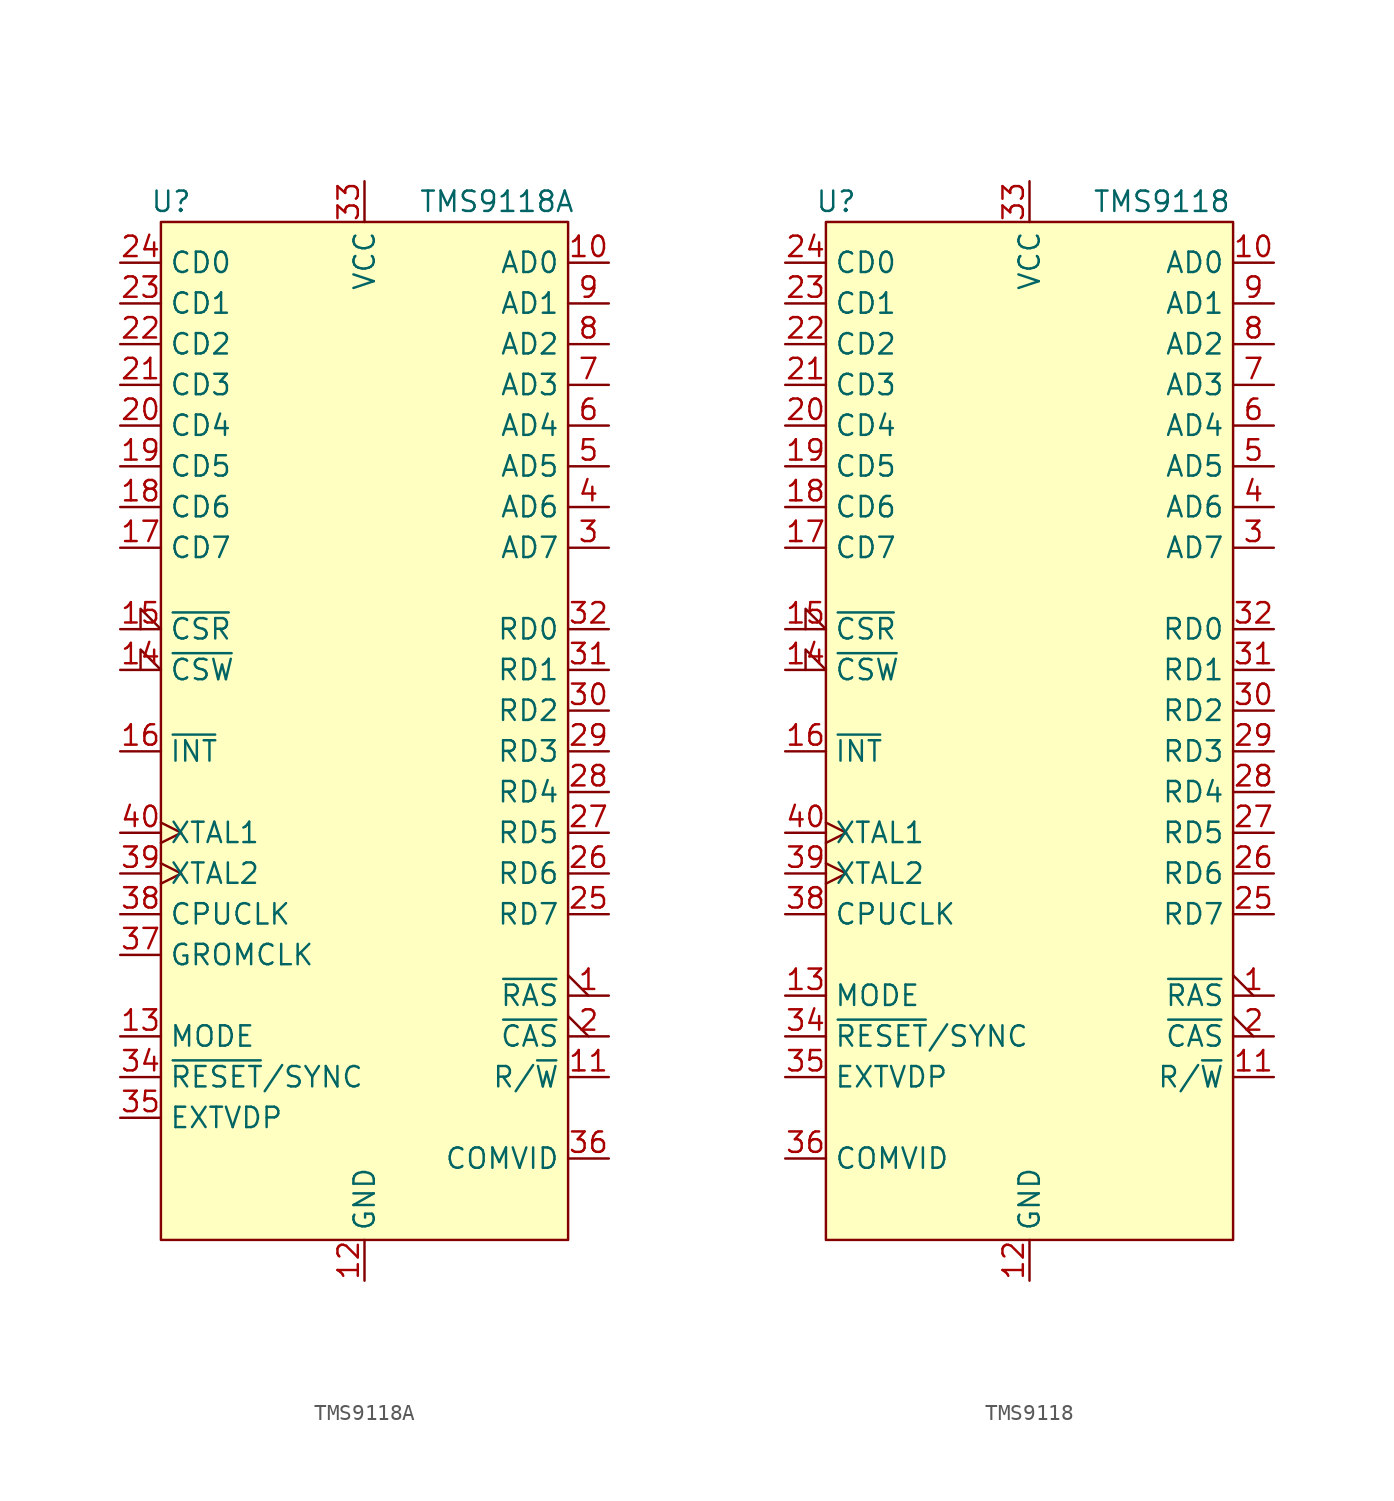
<source format=kicad_sym>
(kicad_symbol_lib
  (version 20231120)
  (generator "kicad_symbol_editor")
  (generator_version "8.0")
  (symbol "TMS9118A"
    (property "Reference" "U"
      (at -12.065 20.32 0)
      (effects (font (size 1.27 1.27))))
    (property "Value" "TMS9118A"
      (at 8.255 20.32 0)
      (effects (font (size 1.27 1.27))))
    (symbol "TMS9118A_0_1"
      (rectangle (start -12.7 19.05) (end 12.7 -44.45) (stroke (width 0) (type default)) (fill (type background))))
    (symbol "TMS9118A_1_1"
      (pin output output_low (at 15.24 -29.21 180) (length 2.54) (name "~{RAS}" (effects (font (size 1.27 1.27)))) (number "1" (effects (font (size 1.27 1.27)))))
      (pin output line (at 15.24 16.51 180) (length 2.54) (name "AD0" (effects (font (size 1.27 1.27)))) (number "10" (effects (font (size 1.27 1.27)))))
      (pin input line (at 15.24 -34.29 180) (length 2.54) (name "R/~{W}" (effects (font (size 1.27 1.27)))) (number "11" (effects (font (size 1.27 1.27)))))
      (pin power_in line (at 0 -46.99 90) (length 2.54) (name "GND" (effects (font (size 1.27 1.27)))) (number "12" (effects (font (size 1.27 1.27)))))
      (pin input line (at -15.24 -31.75 0) (length 2.54) (name "MODE" (effects (font (size 1.27 1.27)))) (number "13" (effects (font (size 1.27 1.27)))))
      (pin input input_low (at -15.24 -8.89 0) (length 2.54) (name "~{CSW}" (effects (font (size 1.27 1.27)))) (number "14" (effects (font (size 1.27 1.27)))))
      (pin input input_low (at -15.24 -6.35 0) (length 2.54) (name "~{CSR}" (effects (font (size 1.27 1.27)))) (number "15" (effects (font (size 1.27 1.27)))))
      (pin input line (at -15.24 -13.97 0) (length 2.54) (name "~{INT}" (effects (font (size 1.27 1.27)))) (number "16" (effects (font (size 1.27 1.27)))))
      (pin bidirectional line (at -15.24 -1.27 0) (length 2.54) (name "CD7" (effects (font (size 1.27 1.27)))) (number "17" (effects (font (size 1.27 1.27)))))
      (pin bidirectional line (at -15.24 1.27 0) (length 2.54) (name "CD6" (effects (font (size 1.27 1.27)))) (number "18" (effects (font (size 1.27 1.27)))))
      (pin bidirectional line (at -15.24 3.81 0) (length 2.54) (name "CD5" (effects (font (size 1.27 1.27)))) (number "19" (effects (font (size 1.27 1.27)))))
      (pin output output_low (at 15.24 -31.75 180) (length 2.54) (name "~{CAS}" (effects (font (size 1.27 1.27)))) (number "2" (effects (font (size 1.27 1.27)))))
      (pin bidirectional line (at -15.24 6.35 0) (length 2.54) (name "CD4" (effects (font (size 1.27 1.27)))) (number "20" (effects (font (size 1.27 1.27)))))
      (pin bidirectional line (at -15.24 8.89 0) (length 2.54) (name "CD3" (effects (font (size 1.27 1.27)))) (number "21" (effects (font (size 1.27 1.27)))))
      (pin bidirectional line (at -15.24 11.43 0) (length 2.54) (name "CD2" (effects (font (size 1.27 1.27)))) (number "22" (effects (font (size 1.27 1.27)))))
      (pin bidirectional line (at -15.24 13.97 0) (length 2.54) (name "CD1" (effects (font (size 1.27 1.27)))) (number "23" (effects (font (size 1.27 1.27)))))
      (pin bidirectional line (at -15.24 16.51 0) (length 2.54) (name "CD0" (effects (font (size 1.27 1.27)))) (number "24" (effects (font (size 1.27 1.27)))))
      (pin bidirectional line (at 15.24 -24.13 180) (length 2.54) (name "RD7" (effects (font (size 1.27 1.27)))) (number "25" (effects (font (size 1.27 1.27)))))
      (pin bidirectional line (at 15.24 -21.59 180) (length 2.54) (name "RD6" (effects (font (size 1.27 1.27)))) (number "26" (effects (font (size 1.27 1.27)))))
      (pin bidirectional line (at 15.24 -19.05 180) (length 2.54) (name "RD5" (effects (font (size 1.27 1.27)))) (number "27" (effects (font (size 1.27 1.27)))))
      (pin bidirectional line (at 15.24 -16.51 180) (length 2.54) (name "RD4" (effects (font (size 1.27 1.27)))) (number "28" (effects (font (size 1.27 1.27)))))
      (pin bidirectional line (at 15.24 -13.97 180) (length 2.54) (name "RD3" (effects (font (size 1.27 1.27)))) (number "29" (effects (font (size 1.27 1.27)))))
      (pin output line (at 15.24 -1.27 180) (length 2.54) (name "AD7" (effects (font (size 1.27 1.27)))) (number "3" (effects (font (size 1.27 1.27)))))
      (pin bidirectional line (at 15.24 -11.43 180) (length 2.54) (name "RD2" (effects (font (size 1.27 1.27)))) (number "30" (effects (font (size 1.27 1.27)))))
      (pin bidirectional line (at 15.24 -8.89 180) (length 2.54) (name "RD1" (effects (font (size 1.27 1.27)))) (number "31" (effects (font (size 1.27 1.27)))))
      (pin bidirectional line (at 15.24 -6.35 180) (length 2.54) (name "RD0" (effects (font (size 1.27 1.27)))) (number "32" (effects (font (size 1.27 1.27)))))
      (pin power_in line (at 0 21.59 270) (length 2.54) (name "VCC" (effects (font (size 1.27 1.27)))) (number "33" (effects (font (size 1.27 1.27)))))
      (pin input line (at -15.24 -34.29 0) (length 2.54) (name "~{RESET}/SYNC" (effects (font (size 1.27 1.27)))) (number "34" (effects (font (size 1.27 1.27)))))
      (pin output line (at -15.24 -36.83 0) (length 2.54) (name "EXTVDP" (effects (font (size 1.27 1.27)))) (number "35" (effects (font (size 1.27 1.27)))))
      (pin output line (at 15.24 -39.37 180) (length 2.54) (name "COMVID" (effects (font (size 1.27 1.27)))) (number "36" (effects (font (size 1.27 1.27)))))
      (pin output line (at -15.24 -26.67 0) (length 2.54) (name "GROMCLK" (effects (font (size 1.27 1.27)))) (number "37" (effects (font (size 1.27 1.27)))))
      (pin output line (at -15.24 -24.13 0) (length 2.54) (name "CPUCLK" (effects (font (size 1.27 1.27)))) (number "38" (effects (font (size 1.27 1.27)))))
      (pin input clock (at -15.24 -21.59 0) (length 2.54) (name "XTAL2" (effects (font (size 1.27 1.27)))) (number "39" (effects (font (size 1.27 1.27)))))
      (pin output line (at 15.24 1.27 180) (length 2.54) (name "AD6" (effects (font (size 1.27 1.27)))) (number "4" (effects (font (size 1.27 1.27)))))
      (pin input clock (at -15.24 -19.05 0) (length 2.54) (name "XTAL1" (effects (font (size 1.27 1.27)))) (number "40" (effects (font (size 1.27 1.27)))))
      (pin output line (at 15.24 3.81 180) (length 2.54) (name "AD5" (effects (font (size 1.27 1.27)))) (number "5" (effects (font (size 1.27 1.27)))))
      (pin output line (at 15.24 6.35 180) (length 2.54) (name "AD4" (effects (font (size 1.27 1.27)))) (number "6" (effects (font (size 1.27 1.27)))))
      (pin output line (at 15.24 8.89 180) (length 2.54) (name "AD3" (effects (font (size 1.27 1.27)))) (number "7" (effects (font (size 1.27 1.27)))))
      (pin output line (at 15.24 11.43 180) (length 2.54) (name "AD2" (effects (font (size 1.27 1.27)))) (number "8" (effects (font (size 1.27 1.27)))))
      (pin output line (at 15.24 13.97 180) (length 2.54) (name "AD1" (effects (font (size 1.27 1.27)))) (number "9" (effects (font (size 1.27 1.27)))))))
  (symbol "TMS9118"
    (property "Reference" "U"
      (at -12.065 29.21 0)
      (effects (font (size 1.27 1.27))))
    (property "Value" "TMS9118"
      (at 8.255 29.21 0)
      (effects (font (size 1.27 1.27))))
    (symbol "TMS9118_0_1"
      (rectangle (start -12.7 27.94) (end 12.7 -35.56) (stroke (width 0) (type default)) (fill (type background))))
    (symbol "TMS9118_1_1"
      (pin output output_low (at 15.24 -20.32 180) (length 2.54) (name "~{RAS}" (effects (font (size 1.27 1.27)))) (number "1" (effects (font (size 1.27 1.27)))))
      (pin output line (at 15.24 25.4 180) (length 2.54) (name "AD0" (effects (font (size 1.27 1.27)))) (number "10" (effects (font (size 1.27 1.27)))))
      (pin input line (at 15.24 -25.4 180) (length 2.54) (name "R/~{W}" (effects (font (size 1.27 1.27)))) (number "11" (effects (font (size 1.27 1.27)))))
      (pin power_in line (at 0 -38.1 90) (length 2.54) (name "GND" (effects (font (size 1.27 1.27)))) (number "12" (effects (font (size 1.27 1.27)))))
      (pin input line (at -15.24 -20.32 0) (length 2.54) (name "MODE" (effects (font (size 1.27 1.27)))) (number "13" (effects (font (size 1.27 1.27)))))
      (pin input input_low (at -15.24 0 0) (length 2.54) (name "~{CSW}" (effects (font (size 1.27 1.27)))) (number "14" (effects (font (size 1.27 1.27)))))
      (pin input input_low (at -15.24 2.54 0) (length 2.54) (name "~{CSR}" (effects (font (size 1.27 1.27)))) (number "15" (effects (font (size 1.27 1.27)))))
      (pin input line (at -15.24 -5.08 0) (length 2.54) (name "~{INT}" (effects (font (size 1.27 1.27)))) (number "16" (effects (font (size 1.27 1.27)))))
      (pin bidirectional line (at -15.24 7.62 0) (length 2.54) (name "CD7" (effects (font (size 1.27 1.27)))) (number "17" (effects (font (size 1.27 1.27)))))
      (pin bidirectional line (at -15.24 10.16 0) (length 2.54) (name "CD6" (effects (font (size 1.27 1.27)))) (number "18" (effects (font (size 1.27 1.27)))))
      (pin bidirectional line (at -15.24 12.7 0) (length 2.54) (name "CD5" (effects (font (size 1.27 1.27)))) (number "19" (effects (font (size 1.27 1.27)))))
      (pin output output_low (at 15.24 -22.86 180) (length 2.54) (name "~{CAS}" (effects (font (size 1.27 1.27)))) (number "2" (effects (font (size 1.27 1.27)))))
      (pin bidirectional line (at -15.24 15.24 0) (length 2.54) (name "CD4" (effects (font (size 1.27 1.27)))) (number "20" (effects (font (size 1.27 1.27)))))
      (pin bidirectional line (at -15.24 17.78 0) (length 2.54) (name "CD3" (effects (font (size 1.27 1.27)))) (number "21" (effects (font (size 1.27 1.27)))))
      (pin bidirectional line (at -15.24 20.32 0) (length 2.54) (name "CD2" (effects (font (size 1.27 1.27)))) (number "22" (effects (font (size 1.27 1.27)))))
      (pin bidirectional line (at -15.24 22.86 0) (length 2.54) (name "CD1" (effects (font (size 1.27 1.27)))) (number "23" (effects (font (size 1.27 1.27)))))
      (pin bidirectional line (at -15.24 25.4 0) (length 2.54) (name "CD0" (effects (font (size 1.27 1.27)))) (number "24" (effects (font (size 1.27 1.27)))))
      (pin bidirectional line (at 15.24 -15.24 180) (length 2.54) (name "RD7" (effects (font (size 1.27 1.27)))) (number "25" (effects (font (size 1.27 1.27)))))
      (pin bidirectional line (at 15.24 -12.7 180) (length 2.54) (name "RD6" (effects (font (size 1.27 1.27)))) (number "26" (effects (font (size 1.27 1.27)))))
      (pin bidirectional line (at 15.24 -10.16 180) (length 2.54) (name "RD5" (effects (font (size 1.27 1.27)))) (number "27" (effects (font (size 1.27 1.27)))))
      (pin bidirectional line (at 15.24 -7.62 180) (length 2.54) (name "RD4" (effects (font (size 1.27 1.27)))) (number "28" (effects (font (size 1.27 1.27)))))
      (pin bidirectional line (at 15.24 -5.08 180) (length 2.54) (name "RD3" (effects (font (size 1.27 1.27)))) (number "29" (effects (font (size 1.27 1.27)))))
      (pin output line (at 15.24 7.62 180) (length 2.54) (name "AD7" (effects (font (size 1.27 1.27)))) (number "3" (effects (font (size 1.27 1.27)))))
      (pin bidirectional line (at 15.24 -2.54 180) (length 2.54) (name "RD2" (effects (font (size 1.27 1.27)))) (number "30" (effects (font (size 1.27 1.27)))))
      (pin bidirectional line (at 15.24 0 180) (length 2.54) (name "RD1" (effects (font (size 1.27 1.27)))) (number "31" (effects (font (size 1.27 1.27)))))
      (pin bidirectional line (at 15.24 2.54 180) (length 2.54) (name "RD0" (effects (font (size 1.27 1.27)))) (number "32" (effects (font (size 1.27 1.27)))))
      (pin power_in line (at 0 30.48 270) (length 2.54) (name "VCC" (effects (font (size 1.27 1.27)))) (number "33" (effects (font (size 1.27 1.27)))))
      (pin input line (at -15.24 -22.86 0) (length 2.54) (name "~{RESET}/SYNC" (effects (font (size 1.27 1.27)))) (number "34" (effects (font (size 1.27 1.27)))))
      (pin output line (at -15.24 -25.4 0) (length 2.54) (name "EXTVDP" (effects (font (size 1.27 1.27)))) (number "35" (effects (font (size 1.27 1.27)))))
      (pin output line (at -15.24 -30.48 0) (length 2.54) (name "COMVID" (effects (font (size 1.27 1.27)))) (number "36" (effects (font (size 1.27 1.27)))))
      (pin no_connect line (at 15.24 -30.48 180) (length 2.54) hide (name "N.C." (effects (font (size 1.27 1.27)))) (number "37" (effects (font (size 1.27 1.27)))))
      (pin output line (at -15.24 -15.24 0) (length 2.54) (name "CPUCLK" (effects (font (size 1.27 1.27)))) (number "38" (effects (font (size 1.27 1.27)))))
      (pin input clock (at -15.24 -12.7 0) (length 2.54) (name "XTAL2" (effects (font (size 1.27 1.27)))) (number "39" (effects (font (size 1.27 1.27)))))
      (pin output line (at 15.24 10.16 180) (length 2.54) (name "AD6" (effects (font (size 1.27 1.27)))) (number "4" (effects (font (size 1.27 1.27)))))
      (pin input clock (at -15.24 -10.16 0) (length 2.54) (name "XTAL1" (effects (font (size 1.27 1.27)))) (number "40" (effects (font (size 1.27 1.27)))))
      (pin output line (at 15.24 12.7 180) (length 2.54) (name "AD5" (effects (font (size 1.27 1.27)))) (number "5" (effects (font (size 1.27 1.27)))))
      (pin output line (at 15.24 15.24 180) (length 2.54) (name "AD4" (effects (font (size 1.27 1.27)))) (number "6" (effects (font (size 1.27 1.27)))))
      (pin output line (at 15.24 17.78 180) (length 2.54) (name "AD3" (effects (font (size 1.27 1.27)))) (number "7" (effects (font (size 1.27 1.27)))))
      (pin output line (at 15.24 20.32 180) (length 2.54) (name "AD2" (effects (font (size 1.27 1.27)))) (number "8" (effects (font (size 1.27 1.27)))))
      (pin output line (at 15.24 22.86 180) (length 2.54) (name "AD1" (effects (font (size 1.27 1.27)))) (number "9" (effects (font (size 1.27 1.27))))))))
</source>
